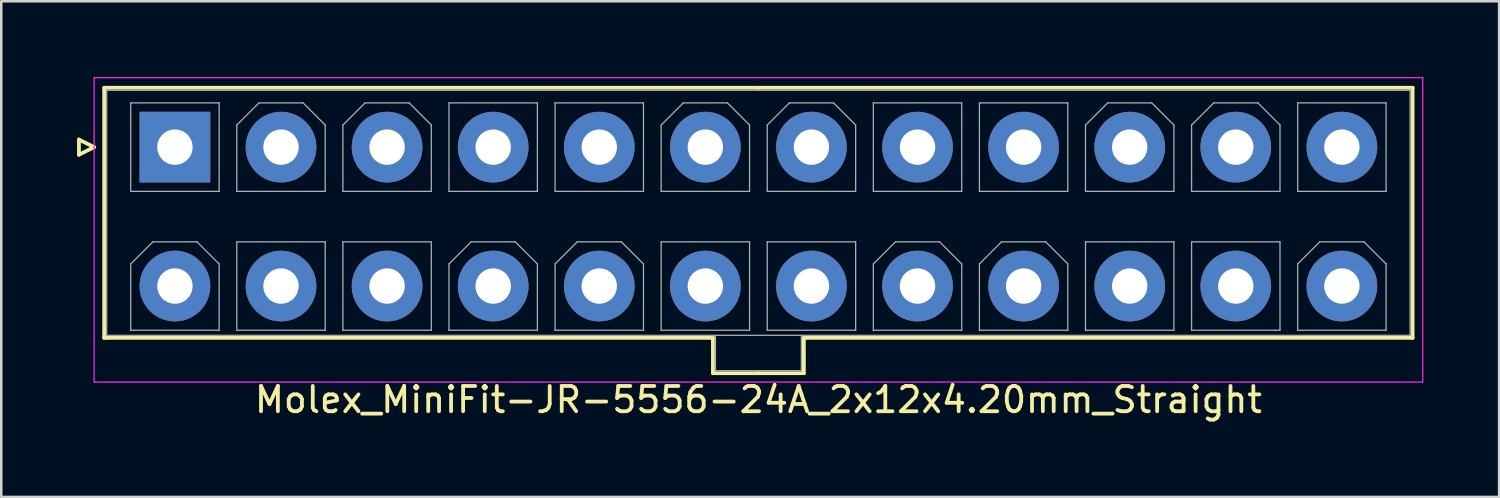
<source format=kicad_pcb>
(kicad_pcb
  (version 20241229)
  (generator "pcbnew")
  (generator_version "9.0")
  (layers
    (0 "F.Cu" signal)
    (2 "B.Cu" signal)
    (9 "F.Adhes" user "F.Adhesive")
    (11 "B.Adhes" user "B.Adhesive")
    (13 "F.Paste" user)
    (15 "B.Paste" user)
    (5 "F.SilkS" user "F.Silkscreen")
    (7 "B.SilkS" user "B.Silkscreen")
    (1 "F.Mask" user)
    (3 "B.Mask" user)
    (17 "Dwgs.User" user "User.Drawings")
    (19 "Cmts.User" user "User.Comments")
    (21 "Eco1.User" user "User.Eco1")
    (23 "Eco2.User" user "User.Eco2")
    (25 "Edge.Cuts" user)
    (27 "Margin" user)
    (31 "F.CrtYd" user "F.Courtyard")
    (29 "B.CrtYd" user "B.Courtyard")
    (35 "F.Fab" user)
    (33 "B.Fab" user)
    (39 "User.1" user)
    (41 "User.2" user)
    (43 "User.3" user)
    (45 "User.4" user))
  (footprint "Molex_MiniFit-JR-5556-24A_2x12x4.20mm_Straight"
    (layer "F.Cu")
    (at 3.875 2.775)
    (property "Reference" "Molex_MiniFit-JR-5556-24A_2x12x4.20mm_Straight" (at 23.1 10 0) (layer "F.SilkS") (effects (font (size 1 1) (thickness 0.15))))
    (attr through_hole)
    (fp_line (start -3.8 -0.3) (end -3.2 0) (stroke (width 0.15) (type solid)) (layer "F.SilkS"))
    (fp_line (start -3.8 0.3) (end -3.8 -0.3) (stroke (width 0.15) (type solid)) (layer "F.SilkS"))
    (fp_line (start -3.2 0) (end -3.8 0.3) (stroke (width 0.15) (type solid)) (layer "F.SilkS"))
    (fp_line (start -2.8 -2.35) (end -2.8 7.55) (stroke (width 0.15) (type solid)) (layer "F.SilkS"))
    (fp_line (start -2.8 7.55) (end 21.3 7.55) (stroke (width 0.15) (type solid)) (layer "F.SilkS"))
    (fp_line (start 21.3 7.55) (end 21.3 8.95) (stroke (width 0.15) (type solid)) (layer "F.SilkS"))
    (fp_line (start 21.3 8.95) (end 23.1 8.95) (stroke (width 0.15) (type solid)) (layer "F.SilkS"))
    (fp_line (start 23.1 -2.35) (end -2.8 -2.35) (stroke (width 0.15) (type solid)) (layer "F.SilkS"))
    (fp_line (start 23.1 -2.35) (end 49 -2.35) (stroke (width 0.15) (type solid)) (layer "F.SilkS"))
    (fp_line (start 24.9 7.55) (end 24.9 8.95) (stroke (width 0.15) (type solid)) (layer "F.SilkS"))
    (fp_line (start 24.9 8.95) (end 23.1 8.95) (stroke (width 0.15) (type solid)) (layer "F.SilkS"))
    (fp_line (start 49 -2.35) (end 49 7.55) (stroke (width 0.15) (type solid)) (layer "F.SilkS"))
    (fp_line (start 49 7.55) (end 24.9 7.55) (stroke (width 0.15) (type solid)) (layer "F.SilkS"))
    (fp_line (start -3.2 -2.75) (end -3.2 9.3) (stroke (width 0.05) (type solid)) (layer "F.CrtYd"))
    (fp_line (start -3.2 9.3) (end 49.4 9.3) (stroke (width 0.05) (type solid)) (layer "F.CrtYd"))
    (fp_line (start 49.4 -2.75) (end -3.2 -2.75) (stroke (width 0.05) (type solid)) (layer "F.CrtYd"))
    (fp_line (start 49.4 9.3) (end 49.4 -2.75) (stroke (width 0.05) (type solid)) (layer "F.CrtYd"))
    (fp_line (start -2.7 -2.25) (end -2.7 7.45) (stroke (width 0.05) (type solid)) (layer "F.Fab"))
    (fp_line (start -2.7 7.45) (end 48.9 7.45) (stroke (width 0.05) (type solid)) (layer "F.Fab"))
    (fp_line (start -1.75 -1.75) (end -1.75 1.75) (stroke (width 0.05) (type solid)) (layer "F.Fab"))
    (fp_line (start -1.75 1.75) (end 1.75 1.75) (stroke (width 0.05) (type solid)) (layer "F.Fab"))
    (fp_line (start -1.75 4.625) (end -0.875 3.75) (stroke (width 0.05) (type solid)) (layer "F.Fab"))
    (fp_line (start -1.75 7.25) (end -1.75 4.625) (stroke (width 0.05) (type solid)) (layer "F.Fab"))
    (fp_line (start -0.875 3.75) (end 0.875 3.75) (stroke (width 0.05) (type solid)) (layer "F.Fab"))
    (fp_line (start 0.875 3.75) (end 1.75 4.625) (stroke (width 0.05) (type solid)) (layer "F.Fab"))
    (fp_line (start 1.75 -1.75) (end -1.75 -1.75) (stroke (width 0.05) (type solid)) (layer "F.Fab"))
    (fp_line (start 1.75 1.75) (end 1.75 -1.75) (stroke (width 0.05) (type solid)) (layer "F.Fab"))
    (fp_line (start 1.75 4.625) (end 1.75 7.25) (stroke (width 0.05) (type solid)) (layer "F.Fab"))
    (fp_line (start 1.75 7.25) (end -1.75 7.25) (stroke (width 0.05) (type solid)) (layer "F.Fab"))
    (fp_line (start 2.45 -0.875) (end 3.325 -1.75) (stroke (width 0.05) (type solid)) (layer "F.Fab"))
    (fp_line (start 2.45 1.75) (end 2.45 -0.875) (stroke (width 0.05) (type solid)) (layer "F.Fab"))
    (fp_line (start 2.45 3.75) (end 2.45 7.25) (stroke (width 0.05) (type solid)) (layer "F.Fab"))
    (fp_line (start 2.45 7.25) (end 5.95 7.25) (stroke (width 0.05) (type solid)) (layer "F.Fab"))
    (fp_line (start 3.325 -1.75) (end 5.075 -1.75) (stroke (width 0.05) (type solid)) (layer "F.Fab"))
    (fp_line (start 5.075 -1.75) (end 5.95 -0.875) (stroke (width 0.05) (type solid)) (layer "F.Fab"))
    (fp_line (start 5.95 -0.875) (end 5.95 1.75) (stroke (width 0.05) (type solid)) (layer "F.Fab"))
    (fp_line (start 5.95 1.75) (end 2.45 1.75) (stroke (width 0.05) (type solid)) (layer "F.Fab"))
    (fp_line (start 5.95 3.75) (end 2.45 3.75) (stroke (width 0.05) (type solid)) (layer "F.Fab"))
    (fp_line (start 5.95 7.25) (end 5.95 3.75) (stroke (width 0.05) (type solid)) (layer "F.Fab"))
    (fp_line (start 6.65 -0.875) (end 7.525 -1.75) (stroke (width 0.05) (type solid)) (layer "F.Fab"))
    (fp_line (start 6.65 1.75) (end 6.65 -0.875) (stroke (width 0.05) (type solid)) (layer "F.Fab"))
    (fp_line (start 6.65 3.75) (end 6.65 7.25) (stroke (width 0.05) (type solid)) (layer "F.Fab"))
    (fp_line (start 6.65 7.25) (end 10.15 7.25) (stroke (width 0.05) (type solid)) (layer "F.Fab"))
    (fp_line (start 7.525 -1.75) (end 9.275 -1.75) (stroke (width 0.05) (type solid)) (layer "F.Fab"))
    (fp_line (start 9.275 -1.75) (end 10.15 -0.875) (stroke (width 0.05) (type solid)) (layer "F.Fab"))
    (fp_line (start 10.15 -0.875) (end 10.15 1.75) (stroke (width 0.05) (type solid)) (layer "F.Fab"))
    (fp_line (start 10.15 1.75) (end 6.65 1.75) (stroke (width 0.05) (type solid)) (layer "F.Fab"))
    (fp_line (start 10.15 3.75) (end 6.65 3.75) (stroke (width 0.05) (type solid)) (layer "F.Fab"))
    (fp_line (start 10.15 7.25) (end 10.15 3.75) (stroke (width 0.05) (type solid)) (layer "F.Fab"))
    (fp_line (start 10.85 -1.75) (end 10.85 1.75) (stroke (width 0.05) (type solid)) (layer "F.Fab"))
    (fp_line (start 10.85 1.75) (end 14.35 1.75) (stroke (width 0.05) (type solid)) (layer "F.Fab"))
    (fp_line (start 10.85 4.625) (end 11.725 3.75) (stroke (width 0.05) (type solid)) (layer "F.Fab"))
    (fp_line (start 10.85 7.25) (end 10.85 4.625) (stroke (width 0.05) (type solid)) (layer "F.Fab"))
    (fp_line (start 11.725 3.75) (end 13.475 3.75) (stroke (width 0.05) (type solid)) (layer "F.Fab"))
    (fp_line (start 13.475 3.75) (end 14.35 4.625) (stroke (width 0.05) (type solid)) (layer "F.Fab"))
    (fp_line (start 14.35 -1.75) (end 10.85 -1.75) (stroke (width 0.05) (type solid)) (layer "F.Fab"))
    (fp_line (start 14.35 1.75) (end 14.35 -1.75) (stroke (width 0.05) (type solid)) (layer "F.Fab"))
    (fp_line (start 14.35 4.625) (end 14.35 7.25) (stroke (width 0.05) (type solid)) (layer "F.Fab"))
    (fp_line (start 14.35 7.25) (end 10.85 7.25) (stroke (width 0.05) (type solid)) (layer "F.Fab"))
    (fp_line (start 15.05 -1.75) (end 15.05 1.75) (stroke (width 0.05) (type solid)) (layer "F.Fab"))
    (fp_line (start 15.05 1.75) (end 18.55 1.75) (stroke (width 0.05) (type solid)) (layer "F.Fab"))
    (fp_line (start 15.05 4.625) (end 15.925 3.75) (stroke (width 0.05) (type solid)) (layer "F.Fab"))
    (fp_line (start 15.05 7.25) (end 15.05 4.625) (stroke (width 0.05) (type solid)) (layer "F.Fab"))
    (fp_line (start 15.925 3.75) (end 17.675 3.75) (stroke (width 0.05) (type solid)) (layer "F.Fab"))
    (fp_line (start 17.675 3.75) (end 18.55 4.625) (stroke (width 0.05) (type solid)) (layer "F.Fab"))
    (fp_line (start 18.55 -1.75) (end 15.05 -1.75) (stroke (width 0.05) (type solid)) (layer "F.Fab"))
    (fp_line (start 18.55 1.75) (end 18.55 -1.75) (stroke (width 0.05) (type solid)) (layer "F.Fab"))
    (fp_line (start 18.55 4.625) (end 18.55 7.25) (stroke (width 0.05) (type solid)) (layer "F.Fab"))
    (fp_line (start 18.55 7.25) (end 15.05 7.25) (stroke (width 0.05) (type solid)) (layer "F.Fab"))
    (fp_line (start 19.25 -0.875) (end 20.125 -1.75) (stroke (width 0.05) (type solid)) (layer "F.Fab"))
    (fp_line (start 19.25 1.75) (end 19.25 -0.875) (stroke (width 0.05) (type solid)) (layer "F.Fab"))
    (fp_line (start 19.25 3.75) (end 19.25 7.25) (stroke (width 0.05) (type solid)) (layer "F.Fab"))
    (fp_line (start 19.25 7.25) (end 22.75 7.25) (stroke (width 0.05) (type solid)) (layer "F.Fab"))
    (fp_line (start 20.125 -1.75) (end 21.875 -1.75) (stroke (width 0.05) (type solid)) (layer "F.Fab"))
    (fp_line (start 21.4 7.45) (end 21.4 8.85) (stroke (width 0.05) (type solid)) (layer "F.Fab"))
    (fp_line (start 21.4 8.85) (end 24.8 8.85) (stroke (width 0.05) (type solid)) (layer "F.Fab"))
    (fp_line (start 21.875 -1.75) (end 22.75 -0.875) (stroke (width 0.05) (type solid)) (layer "F.Fab"))
    (fp_line (start 22.75 -0.875) (end 22.75 1.75) (stroke (width 0.05) (type solid)) (layer "F.Fab"))
    (fp_line (start 22.75 1.75) (end 19.25 1.75) (stroke (width 0.05) (type solid)) (layer "F.Fab"))
    (fp_line (start 22.75 3.75) (end 19.25 3.75) (stroke (width 0.05) (type solid)) (layer "F.Fab"))
    (fp_line (start 22.75 7.25) (end 22.75 3.75) (stroke (width 0.05) (type solid)) (layer "F.Fab"))
    (fp_line (start 23.45 -0.875) (end 24.325 -1.75) (stroke (width 0.05) (type solid)) (layer "F.Fab"))
    (fp_line (start 23.45 1.75) (end 23.45 -0.875) (stroke (width 0.05) (type solid)) (layer "F.Fab"))
    (fp_line (start 23.45 3.75) (end 23.45 7.25) (stroke (width 0.05) (type solid)) (layer "F.Fab"))
    (fp_line (start 23.45 7.25) (end 26.95 7.25) (stroke (width 0.05) (type solid)) (layer "F.Fab"))
    (fp_line (start 24.325 -1.75) (end 26.075 -1.75) (stroke (width 0.05) (type solid)) (layer "F.Fab"))
    (fp_line (start 24.8 8.85) (end 24.8 7.45) (stroke (width 0.05) (type solid)) (layer "F.Fab"))
    (fp_line (start 26.075 -1.75) (end 26.95 -0.875) (stroke (width 0.05) (type solid)) (layer "F.Fab"))
    (fp_line (start 26.95 -0.875) (end 26.95 1.75) (stroke (width 0.05) (type solid)) (layer "F.Fab"))
    (fp_line (start 26.95 1.75) (end 23.45 1.75) (stroke (width 0.05) (type solid)) (layer "F.Fab"))
    (fp_line (start 26.95 3.75) (end 23.45 3.75) (stroke (width 0.05) (type solid)) (layer "F.Fab"))
    (fp_line (start 26.95 7.25) (end 26.95 3.75) (stroke (width 0.05) (type solid)) (layer "F.Fab"))
    (fp_line (start 27.65 -1.75) (end 27.65 1.75) (stroke (width 0.05) (type solid)) (layer "F.Fab"))
    (fp_line (start 27.65 1.75) (end 31.15 1.75) (stroke (width 0.05) (type solid)) (layer "F.Fab"))
    (fp_line (start 27.65 4.625) (end 28.525 3.75) (stroke (width 0.05) (type solid)) (layer "F.Fab"))
    (fp_line (start 27.65 7.25) (end 27.65 4.625) (stroke (width 0.05) (type solid)) (layer "F.Fab"))
    (fp_line (start 28.525 3.75) (end 30.275 3.75) (stroke (width 0.05) (type solid)) (layer "F.Fab"))
    (fp_line (start 30.275 3.75) (end 31.15 4.625) (stroke (width 0.05) (type solid)) (layer "F.Fab"))
    (fp_line (start 31.15 -1.75) (end 27.65 -1.75) (stroke (width 0.05) (type solid)) (layer "F.Fab"))
    (fp_line (start 31.15 1.75) (end 31.15 -1.75) (stroke (width 0.05) (type solid)) (layer "F.Fab"))
    (fp_line (start 31.15 4.625) (end 31.15 7.25) (stroke (width 0.05) (type solid)) (layer "F.Fab"))
    (fp_line (start 31.15 7.25) (end 27.65 7.25) (stroke (width 0.05) (type solid)) (layer "F.Fab"))
    (fp_line (start 31.85 -1.75) (end 31.85 1.75) (stroke (width 0.05) (type solid)) (layer "F.Fab"))
    (fp_line (start 31.85 1.75) (end 35.35 1.75) (stroke (width 0.05) (type solid)) (layer "F.Fab"))
    (fp_line (start 31.85 4.625) (end 32.725 3.75) (stroke (width 0.05) (type solid)) (layer "F.Fab"))
    (fp_line (start 31.85 7.25) (end 31.85 4.625) (stroke (width 0.05) (type solid)) (layer "F.Fab"))
    (fp_line (start 32.725 3.75) (end 34.475 3.75) (stroke (width 0.05) (type solid)) (layer "F.Fab"))
    (fp_line (start 34.475 3.75) (end 35.35 4.625) (stroke (width 0.05) (type solid)) (layer "F.Fab"))
    (fp_line (start 35.35 -1.75) (end 31.85 -1.75) (stroke (width 0.05) (type solid)) (layer "F.Fab"))
    (fp_line (start 35.35 1.75) (end 35.35 -1.75) (stroke (width 0.05) (type solid)) (layer "F.Fab"))
    (fp_line (start 35.35 4.625) (end 35.35 7.25) (stroke (width 0.05) (type solid)) (layer "F.Fab"))
    (fp_line (start 35.35 7.25) (end 31.85 7.25) (stroke (width 0.05) (type solid)) (layer "F.Fab"))
    (fp_line (start 36.05 -0.875) (end 36.925 -1.75) (stroke (width 0.05) (type solid)) (layer "F.Fab"))
    (fp_line (start 36.05 1.75) (end 36.05 -0.875) (stroke (width 0.05) (type solid)) (layer "F.Fab"))
    (fp_line (start 36.05 3.75) (end 36.05 7.25) (stroke (width 0.05) (type solid)) (layer "F.Fab"))
    (fp_line (start 36.05 7.25) (end 39.55 7.25) (stroke (width 0.05) (type solid)) (layer "F.Fab"))
    (fp_line (start 36.925 -1.75) (end 38.675 -1.75) (stroke (width 0.05) (type solid)) (layer "F.Fab"))
    (fp_line (start 38.675 -1.75) (end 39.55 -0.875) (stroke (width 0.05) (type solid)) (layer "F.Fab"))
    (fp_line (start 39.55 -0.875) (end 39.55 1.75) (stroke (width 0.05) (type solid)) (layer "F.Fab"))
    (fp_line (start 39.55 1.75) (end 36.05 1.75) (stroke (width 0.05) (type solid)) (layer "F.Fab"))
    (fp_line (start 39.55 3.75) (end 36.05 3.75) (stroke (width 0.05) (type solid)) (layer "F.Fab"))
    (fp_line (start 39.55 7.25) (end 39.55 3.75) (stroke (width 0.05) (type solid)) (layer "F.Fab"))
    (fp_line (start 40.25 -0.875) (end 41.125 -1.75) (stroke (width 0.05) (type solid)) (layer "F.Fab"))
    (fp_line (start 40.25 1.75) (end 40.25 -0.875) (stroke (width 0.05) (type solid)) (layer "F.Fab"))
    (fp_line (start 40.25 3.75) (end 40.25 7.25) (stroke (width 0.05) (type solid)) (layer "F.Fab"))
    (fp_line (start 40.25 7.25) (end 43.75 7.25) (stroke (width 0.05) (type solid)) (layer "F.Fab"))
    (fp_line (start 41.125 -1.75) (end 42.875 -1.75) (stroke (width 0.05) (type solid)) (layer "F.Fab"))
    (fp_line (start 42.875 -1.75) (end 43.75 -0.875) (stroke (width 0.05) (type solid)) (layer "F.Fab"))
    (fp_line (start 43.75 -0.875) (end 43.75 1.75) (stroke (width 0.05) (type solid)) (layer "F.Fab"))
    (fp_line (start 43.75 1.75) (end 40.25 1.75) (stroke (width 0.05) (type solid)) (layer "F.Fab"))
    (fp_line (start 43.75 3.75) (end 40.25 3.75) (stroke (width 0.05) (type solid)) (layer "F.Fab"))
    (fp_line (start 43.75 7.25) (end 43.75 3.75) (stroke (width 0.05) (type solid)) (layer "F.Fab"))
    (fp_line (start 44.45 -1.75) (end 44.45 1.75) (stroke (width 0.05) (type solid)) (layer "F.Fab"))
    (fp_line (start 44.45 1.75) (end 47.95 1.75) (stroke (width 0.05) (type solid)) (layer "F.Fab"))
    (fp_line (start 44.45 4.625) (end 45.325 3.75) (stroke (width 0.05) (type solid)) (layer "F.Fab"))
    (fp_line (start 44.45 7.25) (end 44.45 4.625) (stroke (width 0.05) (type solid)) (layer "F.Fab"))
    (fp_line (start 45.325 3.75) (end 47.075 3.75) (stroke (width 0.05) (type solid)) (layer "F.Fab"))
    (fp_line (start 47.075 3.75) (end 47.95 4.625) (stroke (width 0.05) (type solid)) (layer "F.Fab"))
    (fp_line (start 47.95 -1.75) (end 44.45 -1.75) (stroke (width 0.05) (type solid)) (layer "F.Fab"))
    (fp_line (start 47.95 1.75) (end 47.95 -1.75) (stroke (width 0.05) (type solid)) (layer "F.Fab"))
    (fp_line (start 47.95 4.625) (end 47.95 7.25) (stroke (width 0.05) (type solid)) (layer "F.Fab"))
    (fp_line (start 47.95 7.25) (end 44.45 7.25) (stroke (width 0.05) (type solid)) (layer "F.Fab"))
    (fp_line (start 48.9 -2.25) (end -2.7 -2.25) (stroke (width 0.05) (type solid)) (layer "F.Fab"))
    (fp_line (start 48.9 7.45) (end 48.9 -2.25) (stroke (width 0.05) (type solid)) (layer "F.Fab"))
    (pad "1" thru_hole rect (at 0 0) (size 2.8 2.8) (drill 1.4) (layers "*.Cu" "*.Mask"))
    (pad "2" thru_hole circle (at 4.2 0) (size 2.8 2.8) (drill 1.4) (layers "*.Cu" "*.Mask"))
    (pad "3" thru_hole circle (at 8.4 0) (size 2.8 2.8) (drill 1.4) (layers "*.Cu" "*.Mask"))
    (pad "4" thru_hole circle (at 12.6 0) (size 2.8 2.8) (drill 1.4) (layers "*.Cu" "*.Mask"))
    (pad "5" thru_hole circle (at 16.8 0) (size 2.8 2.8) (drill 1.4) (layers "*.Cu" "*.Mask"))
    (pad "6" thru_hole circle (at 21 0) (size 2.8 2.8) (drill 1.4) (layers "*.Cu" "*.Mask"))
    (pad "7" thru_hole circle (at 25.2 0) (size 2.8 2.8) (drill 1.4) (layers "*.Cu" "*.Mask"))
    (pad "8" thru_hole circle (at 29.4 0) (size 2.8 2.8) (drill 1.4) (layers "*.Cu" "*.Mask"))
    (pad "9" thru_hole circle (at 33.6 0) (size 2.8 2.8) (drill 1.4) (layers "*.Cu" "*.Mask"))
    (pad "10" thru_hole circle (at 37.8 0) (size 2.8 2.8) (drill 1.4) (layers "*.Cu" "*.Mask"))
    (pad "11" thru_hole circle (at 42 0) (size 2.8 2.8) (drill 1.4) (layers "*.Cu" "*.Mask"))
    (pad "12" thru_hole circle (at 46.2 0) (size 2.8 2.8) (drill 1.4) (layers "*.Cu" "*.Mask"))
    (pad "13" thru_hole circle (at 0 5.5) (size 2.8 2.8) (drill 1.4) (layers "*.Cu" "*.Mask"))
    (pad "14" thru_hole circle (at 4.2 5.5) (size 2.8 2.8) (drill 1.4) (layers "*.Cu" "*.Mask"))
    (pad "15" thru_hole circle (at 8.4 5.5) (size 2.8 2.8) (drill 1.4) (layers "*.Cu" "*.Mask"))
    (pad "16" thru_hole circle (at 12.6 5.5) (size 2.8 2.8) (drill 1.4) (layers "*.Cu" "*.Mask"))
    (pad "17" thru_hole circle (at 16.8 5.5) (size 2.8 2.8) (drill 1.4) (layers "*.Cu" "*.Mask"))
    (pad "18" thru_hole circle (at 21 5.5) (size 2.8 2.8) (drill 1.4) (layers "*.Cu" "*.Mask"))
    (pad "19" thru_hole circle (at 25.2 5.5) (size 2.8 2.8) (drill 1.4) (layers "*.Cu" "*.Mask"))
    (pad "20" thru_hole circle (at 29.4 5.5) (size 2.8 2.8) (drill 1.4) (layers "*.Cu" "*.Mask"))
    (pad "21" thru_hole circle (at 33.6 5.5) (size 2.8 2.8) (drill 1.4) (layers "*.Cu" "*.Mask"))
    (pad "22" thru_hole circle (at 37.8 5.5) (size 2.8 2.8) (drill 1.4) (layers "*.Cu" "*.Mask"))
    (pad "23" thru_hole circle (at 42 5.5) (size 2.8 2.8) (drill 1.4) (layers "*.Cu" "*.Mask"))
    (pad "24" thru_hole circle (at 46.2 5.5) (size 2.8 2.8) (drill 1.4) (layers "*.Cu" "*.Mask")))
  (gr_rect
    (start -3 -3)
    (end 56.3 16.623)
    (stroke (width 0.1) (type default))
    (fill no)
    (layer "Edge.Cuts")))
</source>
